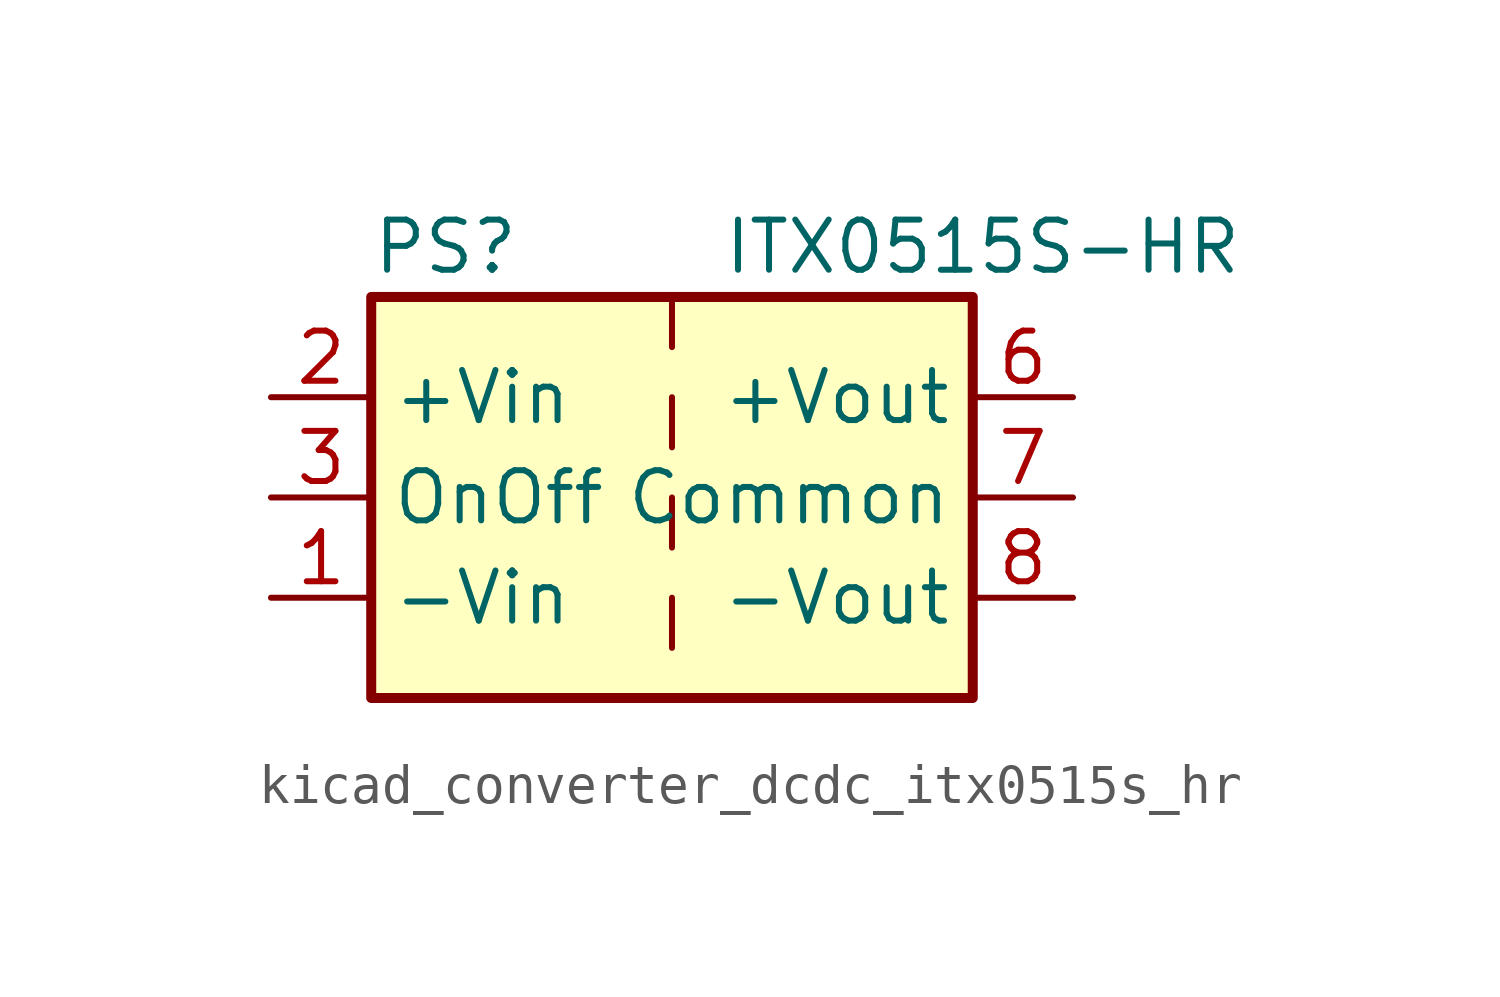
<source format=kicad_sym>
(kicad_symbol_lib
  (version 20220914)
  (generator kicad_symbol_editor)
  (symbol "kicad_converter_dcdc_itx0515s_hr"
    (property "Reference" "PS"
      (at -7.62 6.35 0)
      (effects (font (size 1.27 1.27)) (justify left)))
    (property "Value" "ITX0515S-HR"
      (at 1.27 6.35 0)
      (effects (font (size 1.27 1.27)) (justify left)))
    (symbol "kicad_converter_dcdc_itx0515s_hr_0_0"
      (pin power_in line (at -10.16 -2.54 0) (length 2.54) (name "-Vin" (effects (font (size 1.27 1.27)))) (number "1" (effects (font (size 1.27 1.27)))))
      (pin power_in line (at -10.16 2.54 0) (length 2.54) (name "+Vin" (effects (font (size 1.27 1.27)))) (number "2" (effects (font (size 1.27 1.27)))))
      (pin input line (at -10.16 0 0) (length 2.54) (name "OnOff" (effects (font (size 1.27 1.27)))) (number "3" (effects (font (size 1.27 1.27)))))
      (pin no_connect line (at 0 5.08 270) (length 2.54) hide (name "NC" (effects (font (size 1.27 1.27)))) (number "5" (effects (font (size 1.27 1.27)))))
      (pin power_out line (at 10.16 2.54 180) (length 2.54) (name "+Vout" (effects (font (size 1.27 1.27)))) (number "6" (effects (font (size 1.27 1.27)))))
      (pin power_out line (at 10.16 0 180) (length 2.54) (name "Common" (effects (font (size 1.27 1.27)))) (number "7" (effects (font (size 1.27 1.27)))))
      (pin power_out line (at 10.16 -2.54 180) (length 2.54) (name "-Vout" (effects (font (size 1.27 1.27)))) (number "8" (effects (font (size 1.27 1.27))))))
    (symbol "kicad_converter_dcdc_itx0515s_hr_0_1"
      (rectangle (start -7.62 5.08) (end 7.62 -5.08) (stroke (width 0.254) (type default)) (fill (type background)))
      (polyline (pts (xy 0 -2.54) (xy 0 -3.81)) (stroke (width 0) (type default)) (fill (type none)))
      (polyline (pts (xy 0 0) (xy 0 -1.27)) (stroke (width 0) (type default)) (fill (type none)))
      (polyline (pts (xy 0 2.54) (xy 0 1.27)) (stroke (width 0) (type default)) (fill (type none)))
      (polyline (pts (xy 0 5.08) (xy 0 3.81)) (stroke (width 0) (type default)) (fill (type none))))))
</source>
